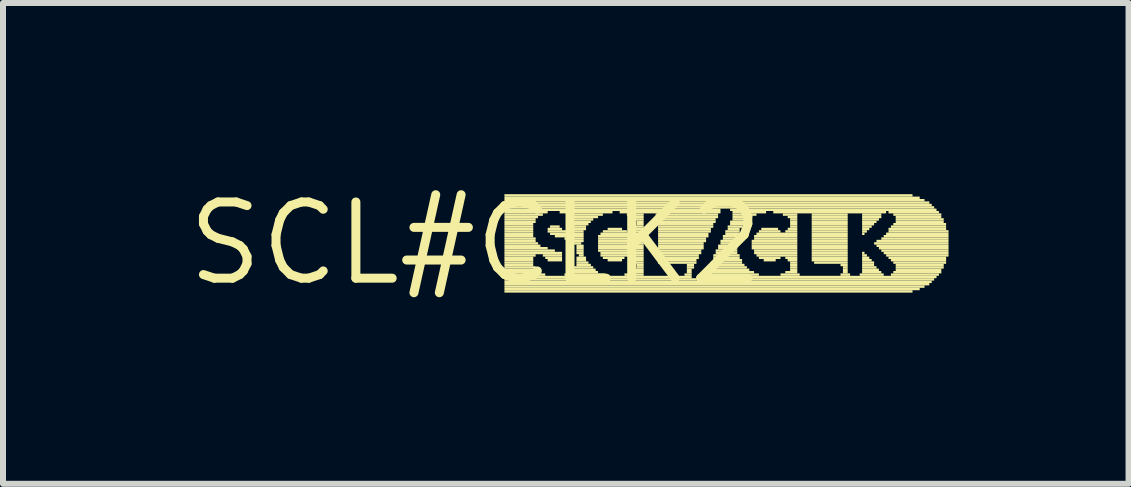
<source format=kicad_pcb>
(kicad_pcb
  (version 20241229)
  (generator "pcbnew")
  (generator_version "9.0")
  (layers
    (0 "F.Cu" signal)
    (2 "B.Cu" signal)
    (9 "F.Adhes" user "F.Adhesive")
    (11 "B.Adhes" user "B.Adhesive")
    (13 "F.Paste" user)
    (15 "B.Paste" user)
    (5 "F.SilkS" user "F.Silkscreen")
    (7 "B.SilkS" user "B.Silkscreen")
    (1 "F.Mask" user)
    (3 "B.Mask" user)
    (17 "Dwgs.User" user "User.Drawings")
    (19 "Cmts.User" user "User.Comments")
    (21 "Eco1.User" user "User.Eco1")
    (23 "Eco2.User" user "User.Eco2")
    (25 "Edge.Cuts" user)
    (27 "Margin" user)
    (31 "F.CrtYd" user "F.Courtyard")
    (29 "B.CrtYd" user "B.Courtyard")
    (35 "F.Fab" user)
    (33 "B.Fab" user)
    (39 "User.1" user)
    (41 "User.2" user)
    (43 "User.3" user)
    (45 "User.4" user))
  (footprint "SCL#CLK2"
    (layer "F.Cu")
    (at 4.876 1.006)
    (property "Reference" "SCL#CLK2" (at 0 0 0) (layer "F.SilkS") (effects (font (size 1.27 1.27) (thickness 0.15))))
    (fp_poly (pts (xy 0.48 -0.78) (xy 7.28 -0.78) (xy 7.28 -0.82) (xy 0.48 -0.82)) (stroke (width 0) (type default)) (fill yes) (layer "F.SilkS"))
    (fp_poly (pts (xy 0.48 -0.74) (xy 7.4 -0.74) (xy 7.4 -0.78) (xy 0.48 -0.78)) (stroke (width 0) (type default)) (fill yes) (layer "F.SilkS"))
    (fp_poly (pts (xy 0.48 -0.7) (xy 7.48 -0.7) (xy 7.48 -0.74) (xy 0.48 -0.74)) (stroke (width 0) (type default)) (fill yes) (layer "F.SilkS"))
    (fp_poly (pts (xy 0.48 -0.66) (xy 7.56 -0.66) (xy 7.56 -0.7) (xy 0.48 -0.7)) (stroke (width 0) (type default)) (fill yes) (layer "F.SilkS"))
    (fp_poly (pts (xy 0.48 -0.62) (xy 7.6 -0.62) (xy 7.6 -0.66) (xy 0.48 -0.66)) (stroke (width 0) (type default)) (fill yes) (layer "F.SilkS"))
    (fp_poly (pts (xy 0.48 -0.58) (xy 7.64 -0.58) (xy 7.64 -0.62) (xy 0.48 -0.62)) (stroke (width 0) (type default)) (fill yes) (layer "F.SilkS"))
    (fp_poly (pts (xy 0.48 -0.54) (xy 4.08 -0.54) (xy 4.08 -0.58) (xy 0.48 -0.58)) (stroke (width 0) (type default)) (fill yes) (layer "F.SilkS"))
    (fp_poly (pts (xy 0.48 -0.5) (xy 1.2 -0.5) (xy 1.2 -0.54) (xy 0.48 -0.54)) (stroke (width 0) (type default)) (fill yes) (layer "F.SilkS"))
    (fp_poly (pts (xy 0.48 -0.46) (xy 1.12 -0.46) (xy 1.12 -0.5) (xy 0.48 -0.5)) (stroke (width 0) (type default)) (fill yes) (layer "F.SilkS"))
    (fp_poly (pts (xy 0.48 -0.42) (xy 1.04 -0.42) (xy 1.04 -0.46) (xy 0.48 -0.46)) (stroke (width 0) (type default)) (fill yes) (layer "F.SilkS"))
    (fp_poly (pts (xy 0.48 -0.38) (xy 1 -0.38) (xy 1 -0.42) (xy 0.48 -0.42)) (stroke (width 0) (type default)) (fill yes) (layer "F.SilkS"))
    (fp_poly (pts (xy 0.48 -0.34) (xy 1 -0.34) (xy 1 -0.38) (xy 0.48 -0.38)) (stroke (width 0) (type default)) (fill yes) (layer "F.SilkS"))
    (fp_poly (pts (xy 0.48 -0.3) (xy 0.96 -0.3) (xy 0.96 -0.34) (xy 0.48 -0.34)) (stroke (width 0) (type default)) (fill yes) (layer "F.SilkS"))
    (fp_poly (pts (xy 0.48 -0.26) (xy 0.96 -0.26) (xy 0.96 -0.3) (xy 0.48 -0.3)) (stroke (width 0) (type default)) (fill yes) (layer "F.SilkS"))
    (fp_poly (pts (xy 0.48 -0.22) (xy 0.96 -0.22) (xy 0.96 -0.26) (xy 0.48 -0.26)) (stroke (width 0) (type default)) (fill yes) (layer "F.SilkS"))
    (fp_poly (pts (xy 0.48 -0.18) (xy 0.96 -0.18) (xy 0.96 -0.22) (xy 0.48 -0.22)) (stroke (width 0) (type default)) (fill yes) (layer "F.SilkS"))
    (fp_poly (pts (xy 0.48 -0.14) (xy 0.96 -0.14) (xy 0.96 -0.18) (xy 0.48 -0.18)) (stroke (width 0) (type default)) (fill yes) (layer "F.SilkS"))
    (fp_poly (pts (xy 0.48 -0.1) (xy 0.96 -0.1) (xy 0.96 -0.14) (xy 0.48 -0.14)) (stroke (width 0) (type default)) (fill yes) (layer "F.SilkS"))
    (fp_poly (pts (xy 0.48 -0.06) (xy 1 -0.06) (xy 1 -0.1) (xy 0.48 -0.1)) (stroke (width 0) (type default)) (fill yes) (layer "F.SilkS"))
    (fp_poly (pts (xy 0.48 -0.02) (xy 1 -0.02) (xy 1 -0.06) (xy 0.48 -0.06)) (stroke (width 0) (type default)) (fill yes) (layer "F.SilkS"))
    (fp_poly (pts (xy 0.48 0.02) (xy 1.04 0.02) (xy 1.04 -0.02) (xy 0.48 -0.02)) (stroke (width 0) (type default)) (fill yes) (layer "F.SilkS"))
    (fp_poly (pts (xy 0.48 0.06) (xy 1.08 0.06) (xy 1.08 0.02) (xy 0.48 0.02)) (stroke (width 0) (type default)) (fill yes) (layer "F.SilkS"))
    (fp_poly (pts (xy 0.48 0.1) (xy 1.2 0.1) (xy 1.2 0.06) (xy 0.48 0.06)) (stroke (width 0) (type default)) (fill yes) (layer "F.SilkS"))
    (fp_poly (pts (xy 0.48 0.14) (xy 1.32 0.14) (xy 1.32 0.1) (xy 0.48 0.1)) (stroke (width 0) (type default)) (fill yes) (layer "F.SilkS"))
    (fp_poly (pts (xy 0.48 0.18) (xy 1.44 0.18) (xy 1.44 0.14) (xy 0.48 0.14)) (stroke (width 0) (type default)) (fill yes) (layer "F.SilkS"))
    (fp_poly (pts (xy 0.48 0.22) (xy 1 0.22) (xy 1 0.18) (xy 0.48 0.18)) (stroke (width 0) (type default)) (fill yes) (layer "F.SilkS"))
    (fp_poly (pts (xy 0.48 0.26) (xy 0.96 0.26) (xy 0.96 0.22) (xy 0.48 0.22)) (stroke (width 0) (type default)) (fill yes) (layer "F.SilkS"))
    (fp_poly (pts (xy 0.48 0.3) (xy 0.96 0.3) (xy 0.96 0.26) (xy 0.48 0.26)) (stroke (width 0) (type default)) (fill yes) (layer "F.SilkS"))
    (fp_poly (pts (xy 0.48 0.34) (xy 0.96 0.34) (xy 0.96 0.3) (xy 0.48 0.3)) (stroke (width 0) (type default)) (fill yes) (layer "F.SilkS"))
    (fp_poly (pts (xy 0.48 0.38) (xy 0.96 0.38) (xy 0.96 0.34) (xy 0.48 0.34)) (stroke (width 0) (type default)) (fill yes) (layer "F.SilkS"))
    (fp_poly (pts (xy 0.48 0.42) (xy 1 0.42) (xy 1 0.38) (xy 0.48 0.38)) (stroke (width 0) (type default)) (fill yes) (layer "F.SilkS"))
    (fp_poly (pts (xy 0.48 0.46) (xy 1 0.46) (xy 1 0.42) (xy 0.48 0.42)) (stroke (width 0) (type default)) (fill yes) (layer "F.SilkS"))
    (fp_poly (pts (xy 0.48 0.5) (xy 1.08 0.5) (xy 1.08 0.46) (xy 0.48 0.46)) (stroke (width 0) (type default)) (fill yes) (layer "F.SilkS"))
    (fp_poly (pts (xy 0.48 0.54) (xy 1.16 0.54) (xy 1.16 0.5) (xy 0.48 0.5)) (stroke (width 0) (type default)) (fill yes) (layer "F.SilkS"))
    (fp_poly (pts (xy 0.48 0.58) (xy 3.6 0.58) (xy 3.6 0.54) (xy 0.48 0.54)) (stroke (width 0) (type default)) (fill yes) (layer "F.SilkS"))
    (fp_poly (pts (xy 0.48 0.62) (xy 3.68 0.62) (xy 3.68 0.58) (xy 0.48 0.58)) (stroke (width 0) (type default)) (fill yes) (layer "F.SilkS"))
    (fp_poly (pts (xy 0.48 0.66) (xy 7.6 0.66) (xy 7.6 0.62) (xy 0.48 0.62)) (stroke (width 0) (type default)) (fill yes) (layer "F.SilkS"))
    (fp_poly (pts (xy 0.48 0.7) (xy 7.56 0.7) (xy 7.56 0.66) (xy 0.48 0.66)) (stroke (width 0) (type default)) (fill yes) (layer "F.SilkS"))
    (fp_poly (pts (xy 0.48 0.74) (xy 7.48 0.74) (xy 7.48 0.7) (xy 0.48 0.7)) (stroke (width 0) (type default)) (fill yes) (layer "F.SilkS"))
    (fp_poly (pts (xy 0.48 0.78) (xy 7.4 0.78) (xy 7.4 0.74) (xy 0.48 0.74)) (stroke (width 0) (type default)) (fill yes) (layer "F.SilkS"))
    (fp_poly (pts (xy 0.48 0.82) (xy 7.28 0.82) (xy 7.28 0.78) (xy 0.48 0.78)) (stroke (width 0) (type default)) (fill yes) (layer "F.SilkS"))
    (fp_poly (pts (xy 1.12 0.22) (xy 1.44 0.22) (xy 1.44 0.18) (xy 1.12 0.18)) (stroke (width 0) (type default)) (fill yes) (layer "F.SilkS"))
    (fp_poly (pts (xy 1.16 0.26) (xy 1.44 0.26) (xy 1.44 0.22) (xy 1.16 0.22)) (stroke (width 0) (type default)) (fill yes) (layer "F.SilkS"))
    (fp_poly (pts (xy 1.2 -0.22) (xy 1.44 -0.22) (xy 1.44 -0.26) (xy 1.2 -0.26)) (stroke (width 0) (type default)) (fill yes) (layer "F.SilkS"))
    (fp_poly (pts (xy 1.2 -0.18) (xy 1.8 -0.18) (xy 1.8 -0.22) (xy 1.2 -0.22)) (stroke (width 0) (type default)) (fill yes) (layer "F.SilkS"))
    (fp_poly (pts (xy 1.2 0.3) (xy 1.44 0.3) (xy 1.44 0.26) (xy 1.2 0.26)) (stroke (width 0) (type default)) (fill yes) (layer "F.SilkS"))
    (fp_poly (pts (xy 1.24 -0.26) (xy 1.4 -0.26) (xy 1.4 -0.3) (xy 1.24 -0.3)) (stroke (width 0) (type default)) (fill yes) (layer "F.SilkS"))
    (fp_poly (pts (xy 1.24 -0.14) (xy 1.8 -0.14) (xy 1.8 -0.18) (xy 1.24 -0.18)) (stroke (width 0) (type default)) (fill yes) (layer "F.SilkS"))
    (fp_poly (pts (xy 1.32 -0.1) (xy 1.8 -0.1) (xy 1.8 -0.14) (xy 1.32 -0.14)) (stroke (width 0) (type default)) (fill yes) (layer "F.SilkS"))
    (fp_poly (pts (xy 1.4 -0.5) (xy 2.28 -0.5) (xy 2.28 -0.54) (xy 1.4 -0.54)) (stroke (width 0) (type default)) (fill yes) (layer "F.SilkS"))
    (fp_poly (pts (xy 1.48 -0.06) (xy 1.8 -0.06) (xy 1.8 -0.1) (xy 1.48 -0.1)) (stroke (width 0) (type default)) (fill yes) (layer "F.SilkS"))
    (fp_poly (pts (xy 1.48 0.54) (xy 2.16 0.54) (xy 2.16 0.5) (xy 1.48 0.5)) (stroke (width 0) (type default)) (fill yes) (layer "F.SilkS"))
    (fp_poly (pts (xy 1.52 -0.46) (xy 2.12 -0.46) (xy 2.12 -0.5) (xy 1.52 -0.5)) (stroke (width 0) (type default)) (fill yes) (layer "F.SilkS"))
    (fp_poly (pts (xy 1.56 -0.22) (xy 1.84 -0.22) (xy 1.84 -0.26) (xy 1.56 -0.26)) (stroke (width 0) (type default)) (fill yes) (layer "F.SilkS"))
    (fp_poly (pts (xy 1.56 0.5) (xy 2.04 0.5) (xy 2.04 0.46) (xy 1.56 0.46)) (stroke (width 0) (type default)) (fill yes) (layer "F.SilkS"))
    (fp_poly (pts (xy 1.6 -0.42) (xy 2.04 -0.42) (xy 2.04 -0.46) (xy 1.6 -0.46)) (stroke (width 0) (type default)) (fill yes) (layer "F.SilkS"))
    (fp_poly (pts (xy 1.6 -0.26) (xy 1.84 -0.26) (xy 1.84 -0.3) (xy 1.6 -0.3)) (stroke (width 0) (type default)) (fill yes) (layer "F.SilkS"))
    (fp_poly (pts (xy 1.6 -0.02) (xy 1.8 -0.02) (xy 1.8 -0.06) (xy 1.6 -0.06)) (stroke (width 0) (type default)) (fill yes) (layer "F.SilkS"))
    (fp_poly (pts (xy 1.6 0.46) (xy 2 0.46) (xy 2 0.42) (xy 1.6 0.42)) (stroke (width 0) (type default)) (fill yes) (layer "F.SilkS"))
    (fp_poly (pts (xy 1.64 -0.38) (xy 1.96 -0.38) (xy 1.96 -0.42) (xy 1.64 -0.42)) (stroke (width 0) (type default)) (fill yes) (layer "F.SilkS"))
    (fp_poly (pts (xy 1.64 -0.34) (xy 1.92 -0.34) (xy 1.92 -0.38) (xy 1.64 -0.38)) (stroke (width 0) (type default)) (fill yes) (layer "F.SilkS"))
    (fp_poly (pts (xy 1.64 -0.3) (xy 1.88 -0.3) (xy 1.88 -0.34) (xy 1.64 -0.34)) (stroke (width 0) (type default)) (fill yes) (layer "F.SilkS"))
    (fp_poly (pts (xy 1.64 0.02) (xy 1.76 0.02) (xy 1.76 -0.02) (xy 1.64 -0.02)) (stroke (width 0) (type default)) (fill yes) (layer "F.SilkS"))
    (fp_poly (pts (xy 1.64 0.42) (xy 1.96 0.42) (xy 1.96 0.38) (xy 1.64 0.38)) (stroke (width 0) (type default)) (fill yes) (layer "F.SilkS"))
    (fp_poly (pts (xy 1.68 0.06) (xy 1.8 0.06) (xy 1.8 0.02) (xy 1.68 0.02)) (stroke (width 0) (type default)) (fill yes) (layer "F.SilkS"))
    (fp_poly (pts (xy 1.68 0.1) (xy 1.8 0.1) (xy 1.8 0.06) (xy 1.68 0.06)) (stroke (width 0) (type default)) (fill yes) (layer "F.SilkS"))
    (fp_poly (pts (xy 1.68 0.14) (xy 1.8 0.14) (xy 1.8 0.1) (xy 1.68 0.1)) (stroke (width 0) (type default)) (fill yes) (layer "F.SilkS"))
    (fp_poly (pts (xy 1.68 0.18) (xy 1.8 0.18) (xy 1.8 0.14) (xy 1.68 0.14)) (stroke (width 0) (type default)) (fill yes) (layer "F.SilkS"))
    (fp_poly (pts (xy 1.68 0.26) (xy 1.84 0.26) (xy 1.84 0.22) (xy 1.68 0.22)) (stroke (width 0) (type default)) (fill yes) (layer "F.SilkS"))
    (fp_poly (pts (xy 1.68 0.3) (xy 1.84 0.3) (xy 1.84 0.26) (xy 1.68 0.26)) (stroke (width 0) (type default)) (fill yes) (layer "F.SilkS"))
    (fp_poly (pts (xy 1.68 0.34) (xy 1.88 0.34) (xy 1.88 0.3) (xy 1.68 0.3)) (stroke (width 0) (type default)) (fill yes) (layer "F.SilkS"))
    (fp_poly (pts (xy 1.68 0.38) (xy 1.92 0.38) (xy 1.92 0.34) (xy 1.68 0.34)) (stroke (width 0) (type default)) (fill yes) (layer "F.SilkS"))
    (fp_poly (pts (xy 1.72 0.22) (xy 1.8 0.22) (xy 1.8 0.18) (xy 1.72 0.18)) (stroke (width 0) (type default)) (fill yes) (layer "F.SilkS"))
    (fp_poly (pts (xy 2.04 -0.1) (xy 2.8 -0.1) (xy 2.8 -0.14) (xy 2.04 -0.14)) (stroke (width 0) (type default)) (fill yes) (layer "F.SilkS"))
    (fp_poly (pts (xy 2.04 -0.06) (xy 2.8 -0.06) (xy 2.8 -0.1) (xy 2.04 -0.1)) (stroke (width 0) (type default)) (fill yes) (layer "F.SilkS"))
    (fp_poly (pts (xy 2.04 -0.02) (xy 2.8 -0.02) (xy 2.8 -0.06) (xy 2.04 -0.06)) (stroke (width 0) (type default)) (fill yes) (layer "F.SilkS"))
    (fp_poly (pts (xy 2.04 0.02) (xy 2.8 0.02) (xy 2.8 -0.02) (xy 2.04 -0.02)) (stroke (width 0) (type default)) (fill yes) (layer "F.SilkS"))
    (fp_poly (pts (xy 2.04 0.06) (xy 2.8 0.06) (xy 2.8 0.02) (xy 2.04 0.02)) (stroke (width 0) (type default)) (fill yes) (layer "F.SilkS"))
    (fp_poly (pts (xy 2.04 0.1) (xy 2.8 0.1) (xy 2.8 0.06) (xy 2.04 0.06)) (stroke (width 0) (type default)) (fill yes) (layer "F.SilkS"))
    (fp_poly (pts (xy 2.04 0.14) (xy 2.8 0.14) (xy 2.8 0.1) (xy 2.04 0.1)) (stroke (width 0) (type default)) (fill yes) (layer "F.SilkS"))
    (fp_poly (pts (xy 2.08 -0.14) (xy 2.8 -0.14) (xy 2.8 -0.18) (xy 2.08 -0.18)) (stroke (width 0) (type default)) (fill yes) (layer "F.SilkS"))
    (fp_poly (pts (xy 2.08 0.18) (xy 2.8 0.18) (xy 2.8 0.14) (xy 2.08 0.14)) (stroke (width 0) (type default)) (fill yes) (layer "F.SilkS"))
    (fp_poly (pts (xy 2.08 0.22) (xy 2.8 0.22) (xy 2.8 0.18) (xy 2.08 0.18)) (stroke (width 0) (type default)) (fill yes) (layer "F.SilkS"))
    (fp_poly (pts (xy 2.12 -0.18) (xy 2.52 -0.18) (xy 2.52 -0.22) (xy 2.12 -0.22)) (stroke (width 0) (type default)) (fill yes) (layer "F.SilkS"))
    (fp_poly (pts (xy 2.12 0.26) (xy 2.48 0.26) (xy 2.48 0.22) (xy 2.12 0.22)) (stroke (width 0) (type default)) (fill yes) (layer "F.SilkS"))
    (fp_poly (pts (xy 2.2 -0.22) (xy 2.44 -0.22) (xy 2.44 -0.26) (xy 2.2 -0.26)) (stroke (width 0) (type default)) (fill yes) (layer "F.SilkS"))
    (fp_poly (pts (xy 2.2 0.3) (xy 2.44 0.3) (xy 2.44 0.26) (xy 2.2 0.26)) (stroke (width 0) (type default)) (fill yes) (layer "F.SilkS"))
    (fp_poly (pts (xy 2.4 -0.5) (xy 4.08 -0.5) (xy 4.08 -0.54) (xy 2.4 -0.54)) (stroke (width 0) (type default)) (fill yes) (layer "F.SilkS"))
    (fp_poly (pts (xy 2.48 0.54) (xy 2.8 0.54) (xy 2.8 0.5) (xy 2.48 0.5)) (stroke (width 0) (type default)) (fill yes) (layer "F.SilkS"))
    (fp_poly (pts (xy 2.52 -0.46) (xy 2.8 -0.46) (xy 2.8 -0.5) (xy 2.52 -0.5)) (stroke (width 0) (type default)) (fill yes) (layer "F.SilkS"))
    (fp_poly (pts (xy 2.56 -0.18) (xy 2.8 -0.18) (xy 2.8 -0.22) (xy 2.56 -0.22)) (stroke (width 0) (type default)) (fill yes) (layer "F.SilkS"))
    (fp_poly (pts (xy 2.6 -0.42) (xy 2.8 -0.42) (xy 2.8 -0.46) (xy 2.6 -0.46)) (stroke (width 0) (type default)) (fill yes) (layer "F.SilkS"))
    (fp_poly (pts (xy 2.6 0.26) (xy 2.8 0.26) (xy 2.8 0.22) (xy 2.6 0.22)) (stroke (width 0) (type default)) (fill yes) (layer "F.SilkS"))
    (fp_poly (pts (xy 2.6 0.5) (xy 2.8 0.5) (xy 2.8 0.46) (xy 2.6 0.46)) (stroke (width 0) (type default)) (fill yes) (layer "F.SilkS"))
    (fp_poly (pts (xy 2.64 -0.38) (xy 2.8 -0.38) (xy 2.8 -0.42) (xy 2.64 -0.42)) (stroke (width 0) (type default)) (fill yes) (layer "F.SilkS"))
    (fp_poly (pts (xy 2.64 -0.26) (xy 2.8 -0.26) (xy 2.8 -0.3) (xy 2.64 -0.3)) (stroke (width 0) (type default)) (fill yes) (layer "F.SilkS"))
    (fp_poly (pts (xy 2.64 -0.22) (xy 2.8 -0.22) (xy 2.8 -0.26) (xy 2.64 -0.26)) (stroke (width 0) (type default)) (fill yes) (layer "F.SilkS"))
    (fp_poly (pts (xy 2.64 0.3) (xy 2.8 0.3) (xy 2.8 0.26) (xy 2.64 0.26)) (stroke (width 0) (type default)) (fill yes) (layer "F.SilkS"))
    (fp_poly (pts (xy 2.64 0.34) (xy 2.8 0.34) (xy 2.8 0.3) (xy 2.64 0.3)) (stroke (width 0) (type default)) (fill yes) (layer "F.SilkS"))
    (fp_poly (pts (xy 2.64 0.46) (xy 2.8 0.46) (xy 2.8 0.42) (xy 2.64 0.42)) (stroke (width 0) (type default)) (fill yes) (layer "F.SilkS"))
    (fp_poly (pts (xy 2.68 -0.34) (xy 2.8 -0.34) (xy 2.8 -0.38) (xy 2.68 -0.38)) (stroke (width 0) (type default)) (fill yes) (layer "F.SilkS"))
    (fp_poly (pts (xy 2.68 -0.3) (xy 2.8 -0.3) (xy 2.8 -0.34) (xy 2.68 -0.34)) (stroke (width 0) (type default)) (fill yes) (layer "F.SilkS"))
    (fp_poly (pts (xy 2.68 0.38) (xy 2.8 0.38) (xy 2.8 0.34) (xy 2.68 0.34)) (stroke (width 0) (type default)) (fill yes) (layer "F.SilkS"))
    (fp_poly (pts (xy 2.68 0.42) (xy 2.8 0.42) (xy 2.8 0.38) (xy 2.68 0.38)) (stroke (width 0) (type default)) (fill yes) (layer "F.SilkS"))
    (fp_poly (pts (xy 3 -0.46) (xy 4.04 -0.46) (xy 4.04 -0.5) (xy 3 -0.5)) (stroke (width 0) (type default)) (fill yes) (layer "F.SilkS"))
    (fp_poly (pts (xy 3.04 -0.42) (xy 4.04 -0.42) (xy 4.04 -0.46) (xy 3.04 -0.46)) (stroke (width 0) (type default)) (fill yes) (layer "F.SilkS"))
    (fp_poly (pts (xy 3.04 -0.38) (xy 4 -0.38) (xy 4 -0.42) (xy 3.04 -0.42)) (stroke (width 0) (type default)) (fill yes) (layer "F.SilkS"))
    (fp_poly (pts (xy 3.04 -0.34) (xy 4 -0.34) (xy 4 -0.38) (xy 3.04 -0.38)) (stroke (width 0) (type default)) (fill yes) (layer "F.SilkS"))
    (fp_poly (pts (xy 3.04 -0.3) (xy 3.96 -0.3) (xy 3.96 -0.34) (xy 3.04 -0.34)) (stroke (width 0) (type default)) (fill yes) (layer "F.SilkS"))
    (fp_poly (pts (xy 3.04 -0.26) (xy 3.96 -0.26) (xy 3.96 -0.3) (xy 3.04 -0.3)) (stroke (width 0) (type default)) (fill yes) (layer "F.SilkS"))
    (fp_poly (pts (xy 3.04 -0.22) (xy 3.92 -0.22) (xy 3.92 -0.26) (xy 3.04 -0.26)) (stroke (width 0) (type default)) (fill yes) (layer "F.SilkS"))
    (fp_poly (pts (xy 3.04 -0.18) (xy 3.92 -0.18) (xy 3.92 -0.22) (xy 3.04 -0.22)) (stroke (width 0) (type default)) (fill yes) (layer "F.SilkS"))
    (fp_poly (pts (xy 3.04 -0.14) (xy 3.88 -0.14) (xy 3.88 -0.18) (xy 3.04 -0.18)) (stroke (width 0) (type default)) (fill yes) (layer "F.SilkS"))
    (fp_poly (pts (xy 3.04 -0.1) (xy 3.88 -0.1) (xy 3.88 -0.14) (xy 3.04 -0.14)) (stroke (width 0) (type default)) (fill yes) (layer "F.SilkS"))
    (fp_poly (pts (xy 3.04 -0.06) (xy 3.84 -0.06) (xy 3.84 -0.1) (xy 3.04 -0.1)) (stroke (width 0) (type default)) (fill yes) (layer "F.SilkS"))
    (fp_poly (pts (xy 3.04 -0.02) (xy 3.84 -0.02) (xy 3.84 -0.06) (xy 3.04 -0.06)) (stroke (width 0) (type default)) (fill yes) (layer "F.SilkS"))
    (fp_poly (pts (xy 3.04 0.02) (xy 3.8 0.02) (xy 3.8 -0.02) (xy 3.04 -0.02)) (stroke (width 0) (type default)) (fill yes) (layer "F.SilkS"))
    (fp_poly (pts (xy 3.04 0.06) (xy 3.8 0.06) (xy 3.8 0.02) (xy 3.04 0.02)) (stroke (width 0) (type default)) (fill yes) (layer "F.SilkS"))
    (fp_poly (pts (xy 3.04 0.1) (xy 3.8 0.1) (xy 3.8 0.06) (xy 3.04 0.06)) (stroke (width 0) (type default)) (fill yes) (layer "F.SilkS"))
    (fp_poly (pts (xy 3.04 0.14) (xy 3.76 0.14) (xy 3.76 0.1) (xy 3.04 0.1)) (stroke (width 0) (type default)) (fill yes) (layer "F.SilkS"))
    (fp_poly (pts (xy 3.04 0.18) (xy 3.76 0.18) (xy 3.76 0.14) (xy 3.04 0.14)) (stroke (width 0) (type default)) (fill yes) (layer "F.SilkS"))
    (fp_poly (pts (xy 3.04 0.22) (xy 3.72 0.22) (xy 3.72 0.18) (xy 3.04 0.18)) (stroke (width 0) (type default)) (fill yes) (layer "F.SilkS"))
    (fp_poly (pts (xy 3.04 0.26) (xy 3.72 0.26) (xy 3.72 0.22) (xy 3.04 0.22)) (stroke (width 0) (type default)) (fill yes) (layer "F.SilkS"))
    (fp_poly (pts (xy 3.04 0.3) (xy 3.68 0.3) (xy 3.68 0.26) (xy 3.04 0.26)) (stroke (width 0) (type default)) (fill yes) (layer "F.SilkS"))
    (fp_poly (pts (xy 3.04 0.34) (xy 3.68 0.34) (xy 3.68 0.3) (xy 3.04 0.3)) (stroke (width 0) (type default)) (fill yes) (layer "F.SilkS"))
    (fp_poly (pts (xy 3.48 0.54) (xy 3.6 0.54) (xy 3.6 0.5) (xy 3.48 0.5)) (stroke (width 0) (type default)) (fill yes) (layer "F.SilkS"))
    (fp_poly (pts (xy 3.52 0.38) (xy 3.64 0.38) (xy 3.64 0.34) (xy 3.52 0.34)) (stroke (width 0) (type default)) (fill yes) (layer "F.SilkS"))
    (fp_poly (pts (xy 3.52 0.42) (xy 3.64 0.42) (xy 3.64 0.38) (xy 3.52 0.38)) (stroke (width 0) (type default)) (fill yes) (layer "F.SilkS"))
    (fp_poly (pts (xy 3.52 0.46) (xy 3.6 0.46) (xy 3.6 0.42) (xy 3.52 0.42)) (stroke (width 0) (type default)) (fill yes) (layer "F.SilkS"))
    (fp_poly (pts (xy 3.52 0.5) (xy 3.6 0.5) (xy 3.6 0.46) (xy 3.52 0.46)) (stroke (width 0) (type default)) (fill yes) (layer "F.SilkS"))
    (fp_poly (pts (xy 3.8 0.58) (xy 7.68 0.58) (xy 7.68 0.54) (xy 3.8 0.54)) (stroke (width 0) (type default)) (fill yes) (layer "F.SilkS"))
    (fp_poly (pts (xy 3.8 0.62) (xy 7.64 0.62) (xy 7.64 0.58) (xy 3.8 0.58)) (stroke (width 0) (type default)) (fill yes) (layer "F.SilkS"))
    (fp_poly (pts (xy 3.84 0.5) (xy 4.64 0.5) (xy 4.64 0.46) (xy 3.84 0.46)) (stroke (width 0) (type default)) (fill yes) (layer "F.SilkS"))
    (fp_poly (pts (xy 3.84 0.54) (xy 4.72 0.54) (xy 4.72 0.5) (xy 3.84 0.5)) (stroke (width 0) (type default)) (fill yes) (layer "F.SilkS"))
    (fp_poly (pts (xy 3.88 0.42) (xy 4.52 0.42) (xy 4.52 0.38) (xy 3.88 0.38)) (stroke (width 0) (type default)) (fill yes) (layer "F.SilkS"))
    (fp_poly (pts (xy 3.88 0.46) (xy 4.56 0.46) (xy 4.56 0.42) (xy 3.88 0.42)) (stroke (width 0) (type default)) (fill yes) (layer "F.SilkS"))
    (fp_poly (pts (xy 3.92 0.34) (xy 4.44 0.34) (xy 4.44 0.3) (xy 3.92 0.3)) (stroke (width 0) (type default)) (fill yes) (layer "F.SilkS"))
    (fp_poly (pts (xy 3.92 0.38) (xy 4.48 0.38) (xy 4.48 0.34) (xy 3.92 0.34)) (stroke (width 0) (type default)) (fill yes) (layer "F.SilkS"))
    (fp_poly (pts (xy 3.96 0.22) (xy 4.4 0.22) (xy 4.4 0.18) (xy 3.96 0.18)) (stroke (width 0) (type default)) (fill yes) (layer "F.SilkS"))
    (fp_poly (pts (xy 3.96 0.26) (xy 4.4 0.26) (xy 4.4 0.22) (xy 3.96 0.22)) (stroke (width 0) (type default)) (fill yes) (layer "F.SilkS"))
    (fp_poly (pts (xy 3.96 0.3) (xy 4.44 0.3) (xy 4.44 0.26) (xy 3.96 0.26)) (stroke (width 0) (type default)) (fill yes) (layer "F.SilkS"))
    (fp_poly (pts (xy 4 0.14) (xy 4.36 0.14) (xy 4.36 0.1) (xy 4 0.1)) (stroke (width 0) (type default)) (fill yes) (layer "F.SilkS"))
    (fp_poly (pts (xy 4 0.18) (xy 4.36 0.18) (xy 4.36 0.14) (xy 4 0.14)) (stroke (width 0) (type default)) (fill yes) (layer "F.SilkS"))
    (fp_poly (pts (xy 4.04 0.06) (xy 4.36 0.06) (xy 4.36 0.02) (xy 4.04 0.02)) (stroke (width 0) (type default)) (fill yes) (layer "F.SilkS"))
    (fp_poly (pts (xy 4.04 0.1) (xy 4.36 0.1) (xy 4.36 0.06) (xy 4.04 0.06)) (stroke (width 0) (type default)) (fill yes) (layer "F.SilkS"))
    (fp_poly (pts (xy 4.08 -0.02) (xy 4.36 -0.02) (xy 4.36 -0.06) (xy 4.08 -0.06)) (stroke (width 0) (type default)) (fill yes) (layer "F.SilkS"))
    (fp_poly (pts (xy 4.08 0.02) (xy 4.36 0.02) (xy 4.36 -0.02) (xy 4.08 -0.02)) (stroke (width 0) (type default)) (fill yes) (layer "F.SilkS"))
    (fp_poly (pts (xy 4.12 -0.1) (xy 4.36 -0.1) (xy 4.36 -0.14) (xy 4.12 -0.14)) (stroke (width 0) (type default)) (fill yes) (layer "F.SilkS"))
    (fp_poly (pts (xy 4.12 -0.06) (xy 4.36 -0.06) (xy 4.36 -0.1) (xy 4.12 -0.1)) (stroke (width 0) (type default)) (fill yes) (layer "F.SilkS"))
    (fp_poly (pts (xy 4.16 -0.18) (xy 4.4 -0.18) (xy 4.4 -0.22) (xy 4.16 -0.22)) (stroke (width 0) (type default)) (fill yes) (layer "F.SilkS"))
    (fp_poly (pts (xy 4.16 -0.14) (xy 4.4 -0.14) (xy 4.4 -0.18) (xy 4.16 -0.18)) (stroke (width 0) (type default)) (fill yes) (layer "F.SilkS"))
    (fp_poly (pts (xy 4.2 -0.26) (xy 4.44 -0.26) (xy 4.44 -0.3) (xy 4.2 -0.3)) (stroke (width 0) (type default)) (fill yes) (layer "F.SilkS"))
    (fp_poly (pts (xy 4.2 -0.22) (xy 4.4 -0.22) (xy 4.4 -0.26) (xy 4.2 -0.26)) (stroke (width 0) (type default)) (fill yes) (layer "F.SilkS"))
    (fp_poly (pts (xy 4.24 -0.54) (xy 7.68 -0.54) (xy 7.68 -0.58) (xy 4.24 -0.58)) (stroke (width 0) (type default)) (fill yes) (layer "F.SilkS"))
    (fp_poly (pts (xy 4.24 -0.34) (xy 4.52 -0.34) (xy 4.52 -0.38) (xy 4.24 -0.38)) (stroke (width 0) (type default)) (fill yes) (layer "F.SilkS"))
    (fp_poly (pts (xy 4.24 -0.3) (xy 4.48 -0.3) (xy 4.48 -0.34) (xy 4.24 -0.34)) (stroke (width 0) (type default)) (fill yes) (layer "F.SilkS"))
    (fp_poly (pts (xy 4.28 -0.5) (xy 4.84 -0.5) (xy 4.84 -0.54) (xy 4.28 -0.54)) (stroke (width 0) (type default)) (fill yes) (layer "F.SilkS"))
    (fp_poly (pts (xy 4.28 -0.46) (xy 4.68 -0.46) (xy 4.68 -0.5) (xy 4.28 -0.5)) (stroke (width 0) (type default)) (fill yes) (layer "F.SilkS"))
    (fp_poly (pts (xy 4.28 -0.42) (xy 4.6 -0.42) (xy 4.6 -0.46) (xy 4.28 -0.46)) (stroke (width 0) (type default)) (fill yes) (layer "F.SilkS"))
    (fp_poly (pts (xy 4.28 -0.38) (xy 4.56 -0.38) (xy 4.56 -0.42) (xy 4.28 -0.42)) (stroke (width 0) (type default)) (fill yes) (layer "F.SilkS"))
    (fp_poly (pts (xy 4.6 -0.02) (xy 5.36 -0.02) (xy 5.36 -0.06) (xy 4.6 -0.06)) (stroke (width 0) (type default)) (fill yes) (layer "F.SilkS"))
    (fp_poly (pts (xy 4.6 0.02) (xy 5.36 0.02) (xy 5.36 -0.02) (xy 4.6 -0.02)) (stroke (width 0) (type default)) (fill yes) (layer "F.SilkS"))
    (fp_poly (pts (xy 4.6 0.06) (xy 5.36 0.06) (xy 5.36 0.02) (xy 4.6 0.02)) (stroke (width 0) (type default)) (fill yes) (layer "F.SilkS"))
    (fp_poly (pts (xy 4.6 0.1) (xy 5.36 0.1) (xy 5.36 0.06) (xy 4.6 0.06)) (stroke (width 0) (type default)) (fill yes) (layer "F.SilkS"))
    (fp_poly (pts (xy 4.64 -0.1) (xy 5.36 -0.1) (xy 5.36 -0.14) (xy 4.64 -0.14)) (stroke (width 0) (type default)) (fill yes) (layer "F.SilkS"))
    (fp_poly (pts (xy 4.64 -0.06) (xy 5.36 -0.06) (xy 5.36 -0.1) (xy 4.64 -0.1)) (stroke (width 0) (type default)) (fill yes) (layer "F.SilkS"))
    (fp_poly (pts (xy 4.64 0.14) (xy 5.36 0.14) (xy 5.36 0.1) (xy 4.64 0.1)) (stroke (width 0) (type default)) (fill yes) (layer "F.SilkS"))
    (fp_poly (pts (xy 4.64 0.18) (xy 5.36 0.18) (xy 5.36 0.14) (xy 4.64 0.14)) (stroke (width 0) (type default)) (fill yes) (layer "F.SilkS"))
    (fp_poly (pts (xy 4.68 -0.14) (xy 5.36 -0.14) (xy 5.36 -0.18) (xy 4.68 -0.18)) (stroke (width 0) (type default)) (fill yes) (layer "F.SilkS"))
    (fp_poly (pts (xy 4.68 0.22) (xy 5.36 0.22) (xy 5.36 0.18) (xy 4.68 0.18)) (stroke (width 0) (type default)) (fill yes) (layer "F.SilkS"))
    (fp_poly (pts (xy 4.72 -0.18) (xy 5.08 -0.18) (xy 5.08 -0.22) (xy 4.72 -0.22)) (stroke (width 0) (type default)) (fill yes) (layer "F.SilkS"))
    (fp_poly (pts (xy 4.72 0.26) (xy 5.08 0.26) (xy 5.08 0.22) (xy 4.72 0.22)) (stroke (width 0) (type default)) (fill yes) (layer "F.SilkS"))
    (fp_poly (pts (xy 4.76 -0.22) (xy 5.04 -0.22) (xy 5.04 -0.26) (xy 4.76 -0.26)) (stroke (width 0) (type default)) (fill yes) (layer "F.SilkS"))
    (fp_poly (pts (xy 4.8 0.3) (xy 5 0.3) (xy 5 0.26) (xy 4.8 0.26)) (stroke (width 0) (type default)) (fill yes) (layer "F.SilkS"))
    (fp_poly (pts (xy 4.96 -0.5) (xy 6.84 -0.5) (xy 6.84 -0.54) (xy 4.96 -0.54)) (stroke (width 0) (type default)) (fill yes) (layer "F.SilkS"))
    (fp_poly (pts (xy 5.08 0.54) (xy 5.4 0.54) (xy 5.4 0.5) (xy 5.08 0.5)) (stroke (width 0) (type default)) (fill yes) (layer "F.SilkS"))
    (fp_poly (pts (xy 5.12 -0.46) (xy 5.36 -0.46) (xy 5.36 -0.5) (xy 5.12 -0.5)) (stroke (width 0) (type default)) (fill yes) (layer "F.SilkS"))
    (fp_poly (pts (xy 5.16 -0.18) (xy 5.36 -0.18) (xy 5.36 -0.22) (xy 5.16 -0.22)) (stroke (width 0) (type default)) (fill yes) (layer "F.SilkS"))
    (fp_poly (pts (xy 5.16 0.26) (xy 5.36 0.26) (xy 5.36 0.22) (xy 5.16 0.22)) (stroke (width 0) (type default)) (fill yes) (layer "F.SilkS"))
    (fp_poly (pts (xy 5.16 0.5) (xy 5.36 0.5) (xy 5.36 0.46) (xy 5.16 0.46)) (stroke (width 0) (type default)) (fill yes) (layer "F.SilkS"))
    (fp_poly (pts (xy 5.2 -0.42) (xy 5.36 -0.42) (xy 5.36 -0.46) (xy 5.2 -0.46)) (stroke (width 0) (type default)) (fill yes) (layer "F.SilkS"))
    (fp_poly (pts (xy 5.2 -0.22) (xy 5.36 -0.22) (xy 5.36 -0.26) (xy 5.2 -0.26)) (stroke (width 0) (type default)) (fill yes) (layer "F.SilkS"))
    (fp_poly (pts (xy 5.2 0.3) (xy 5.36 0.3) (xy 5.36 0.26) (xy 5.2 0.26)) (stroke (width 0) (type default)) (fill yes) (layer "F.SilkS"))
    (fp_poly (pts (xy 5.24 -0.38) (xy 5.36 -0.38) (xy 5.36 -0.42) (xy 5.24 -0.42)) (stroke (width 0) (type default)) (fill yes) (layer "F.SilkS"))
    (fp_poly (pts (xy 5.24 -0.34) (xy 5.36 -0.34) (xy 5.36 -0.38) (xy 5.24 -0.38)) (stroke (width 0) (type default)) (fill yes) (layer "F.SilkS"))
    (fp_poly (pts (xy 5.24 -0.3) (xy 5.36 -0.3) (xy 5.36 -0.34) (xy 5.24 -0.34)) (stroke (width 0) (type default)) (fill yes) (layer "F.SilkS"))
    (fp_poly (pts (xy 5.24 -0.26) (xy 5.36 -0.26) (xy 5.36 -0.3) (xy 5.24 -0.3)) (stroke (width 0) (type default)) (fill yes) (layer "F.SilkS"))
    (fp_poly (pts (xy 5.24 0.34) (xy 5.36 0.34) (xy 5.36 0.3) (xy 5.24 0.3)) (stroke (width 0) (type default)) (fill yes) (layer "F.SilkS"))
    (fp_poly (pts (xy 5.24 0.38) (xy 5.36 0.38) (xy 5.36 0.34) (xy 5.24 0.34)) (stroke (width 0) (type default)) (fill yes) (layer "F.SilkS"))
    (fp_poly (pts (xy 5.24 0.42) (xy 5.36 0.42) (xy 5.36 0.38) (xy 5.24 0.38)) (stroke (width 0) (type default)) (fill yes) (layer "F.SilkS"))
    (fp_poly (pts (xy 5.24 0.46) (xy 5.36 0.46) (xy 5.36 0.42) (xy 5.24 0.42)) (stroke (width 0) (type default)) (fill yes) (layer "F.SilkS"))
    (fp_poly (pts (xy 5.6 -0.46) (xy 6.2 -0.46) (xy 6.2 -0.5) (xy 5.6 -0.5)) (stroke (width 0) (type default)) (fill yes) (layer "F.SilkS"))
    (fp_poly (pts (xy 5.6 -0.42) (xy 6.2 -0.42) (xy 6.2 -0.46) (xy 5.6 -0.46)) (stroke (width 0) (type default)) (fill yes) (layer "F.SilkS"))
    (fp_poly (pts (xy 5.6 -0.38) (xy 6.2 -0.38) (xy 6.2 -0.42) (xy 5.6 -0.42)) (stroke (width 0) (type default)) (fill yes) (layer "F.SilkS"))
    (fp_poly (pts (xy 5.6 -0.34) (xy 6.2 -0.34) (xy 6.2 -0.38) (xy 5.6 -0.38)) (stroke (width 0) (type default)) (fill yes) (layer "F.SilkS"))
    (fp_poly (pts (xy 5.6 -0.3) (xy 6.2 -0.3) (xy 6.2 -0.34) (xy 5.6 -0.34)) (stroke (width 0) (type default)) (fill yes) (layer "F.SilkS"))
    (fp_poly (pts (xy 5.6 -0.26) (xy 6.2 -0.26) (xy 6.2 -0.3) (xy 5.6 -0.3)) (stroke (width 0) (type default)) (fill yes) (layer "F.SilkS"))
    (fp_poly (pts (xy 5.6 -0.22) (xy 6.2 -0.22) (xy 6.2 -0.26) (xy 5.6 -0.26)) (stroke (width 0) (type default)) (fill yes) (layer "F.SilkS"))
    (fp_poly (pts (xy 5.6 -0.18) (xy 6.2 -0.18) (xy 6.2 -0.22) (xy 5.6 -0.22)) (stroke (width 0) (type default)) (fill yes) (layer "F.SilkS"))
    (fp_poly (pts (xy 5.6 -0.14) (xy 6.2 -0.14) (xy 6.2 -0.18) (xy 5.6 -0.18)) (stroke (width 0) (type default)) (fill yes) (layer "F.SilkS"))
    (fp_poly (pts (xy 5.6 -0.1) (xy 6.2 -0.1) (xy 6.2 -0.14) (xy 5.6 -0.14)) (stroke (width 0) (type default)) (fill yes) (layer "F.SilkS"))
    (fp_poly (pts (xy 5.6 -0.06) (xy 6.2 -0.06) (xy 6.2 -0.1) (xy 5.6 -0.1)) (stroke (width 0) (type default)) (fill yes) (layer "F.SilkS"))
    (fp_poly (pts (xy 5.6 -0.02) (xy 6.2 -0.02) (xy 6.2 -0.06) (xy 5.6 -0.06)) (stroke (width 0) (type default)) (fill yes) (layer "F.SilkS"))
    (fp_poly (pts (xy 5.6 0.02) (xy 6.2 0.02) (xy 6.2 -0.02) (xy 5.6 -0.02)) (stroke (width 0) (type default)) (fill yes) (layer "F.SilkS"))
    (fp_poly (pts (xy 5.6 0.06) (xy 6.2 0.06) (xy 6.2 0.02) (xy 5.6 0.02)) (stroke (width 0) (type default)) (fill yes) (layer "F.SilkS"))
    (fp_poly (pts (xy 5.6 0.1) (xy 6.2 0.1) (xy 6.2 0.06) (xy 5.6 0.06)) (stroke (width 0) (type default)) (fill yes) (layer "F.SilkS"))
    (fp_poly (pts (xy 5.6 0.14) (xy 6.2 0.14) (xy 6.2 0.1) (xy 5.6 0.1)) (stroke (width 0) (type default)) (fill yes) (layer "F.SilkS"))
    (fp_poly (pts (xy 5.6 0.18) (xy 6.2 0.18) (xy 6.2 0.14) (xy 5.6 0.14)) (stroke (width 0) (type default)) (fill yes) (layer "F.SilkS"))
    (fp_poly (pts (xy 5.6 0.22) (xy 6.2 0.22) (xy 6.2 0.18) (xy 5.6 0.18)) (stroke (width 0) (type default)) (fill yes) (layer "F.SilkS"))
    (fp_poly (pts (xy 5.6 0.26) (xy 6.2 0.26) (xy 6.2 0.22) (xy 5.6 0.22)) (stroke (width 0) (type default)) (fill yes) (layer "F.SilkS"))
    (fp_poly (pts (xy 5.6 0.3) (xy 6.2 0.3) (xy 6.2 0.26) (xy 5.6 0.26)) (stroke (width 0) (type default)) (fill yes) (layer "F.SilkS"))
    (fp_poly (pts (xy 5.64 0.34) (xy 6.2 0.34) (xy 6.2 0.3) (xy 5.64 0.3)) (stroke (width 0) (type default)) (fill yes) (layer "F.SilkS"))
    (fp_poly (pts (xy 6.08 0.38) (xy 6.2 0.38) (xy 6.2 0.34) (xy 6.08 0.34)) (stroke (width 0) (type default)) (fill yes) (layer "F.SilkS"))
    (fp_poly (pts (xy 6.08 0.54) (xy 6.24 0.54) (xy 6.24 0.5) (xy 6.08 0.5)) (stroke (width 0) (type default)) (fill yes) (layer "F.SilkS"))
    (fp_poly (pts (xy 6.12 0.42) (xy 6.2 0.42) (xy 6.2 0.38) (xy 6.12 0.38)) (stroke (width 0) (type default)) (fill yes) (layer "F.SilkS"))
    (fp_poly (pts (xy 6.12 0.46) (xy 6.2 0.46) (xy 6.2 0.42) (xy 6.12 0.42)) (stroke (width 0) (type default)) (fill yes) (layer "F.SilkS"))
    (fp_poly (pts (xy 6.12 0.5) (xy 6.2 0.5) (xy 6.2 0.46) (xy 6.12 0.46)) (stroke (width 0) (type default)) (fill yes) (layer "F.SilkS"))
    (fp_poly (pts (xy 6.4 0.54) (xy 6.8 0.54) (xy 6.8 0.5) (xy 6.4 0.5)) (stroke (width 0) (type default)) (fill yes) (layer "F.SilkS"))
    (fp_poly (pts (xy 6.44 -0.46) (xy 6.76 -0.46) (xy 6.76 -0.5) (xy 6.44 -0.5)) (stroke (width 0) (type default)) (fill yes) (layer "F.SilkS"))
    (fp_poly (pts (xy 6.44 -0.42) (xy 6.76 -0.42) (xy 6.76 -0.46) (xy 6.44 -0.46)) (stroke (width 0) (type default)) (fill yes) (layer "F.SilkS"))
    (fp_poly (pts (xy 6.44 -0.38) (xy 6.72 -0.38) (xy 6.72 -0.42) (xy 6.44 -0.42)) (stroke (width 0) (type default)) (fill yes) (layer "F.SilkS"))
    (fp_poly (pts (xy 6.44 -0.34) (xy 6.68 -0.34) (xy 6.68 -0.38) (xy 6.44 -0.38)) (stroke (width 0) (type default)) (fill yes) (layer "F.SilkS"))
    (fp_poly (pts (xy 6.44 -0.3) (xy 6.64 -0.3) (xy 6.64 -0.34) (xy 6.44 -0.34)) (stroke (width 0) (type default)) (fill yes) (layer "F.SilkS"))
    (fp_poly (pts (xy 6.44 -0.26) (xy 6.6 -0.26) (xy 6.6 -0.3) (xy 6.44 -0.3)) (stroke (width 0) (type default)) (fill yes) (layer "F.SilkS"))
    (fp_poly (pts (xy 6.44 -0.22) (xy 6.56 -0.22) (xy 6.56 -0.26) (xy 6.44 -0.26)) (stroke (width 0) (type default)) (fill yes) (layer "F.SilkS"))
    (fp_poly (pts (xy 6.44 -0.18) (xy 6.52 -0.18) (xy 6.52 -0.22) (xy 6.44 -0.22)) (stroke (width 0) (type default)) (fill yes) (layer "F.SilkS"))
    (fp_poly (pts (xy 6.44 -0.14) (xy 6.48 -0.14) (xy 6.48 -0.18) (xy 6.44 -0.18)) (stroke (width 0) (type default)) (fill yes) (layer "F.SilkS"))
    (fp_poly (pts (xy 6.44 0.18) (xy 6.48 0.18) (xy 6.48 0.14) (xy 6.44 0.14)) (stroke (width 0) (type default)) (fill yes) (layer "F.SilkS"))
    (fp_poly (pts (xy 6.44 0.22) (xy 6.52 0.22) (xy 6.52 0.18) (xy 6.44 0.18)) (stroke (width 0) (type default)) (fill yes) (layer "F.SilkS"))
    (fp_poly (pts (xy 6.44 0.26) (xy 6.56 0.26) (xy 6.56 0.22) (xy 6.44 0.22)) (stroke (width 0) (type default)) (fill yes) (layer "F.SilkS"))
    (fp_poly (pts (xy 6.44 0.3) (xy 6.6 0.3) (xy 6.6 0.26) (xy 6.44 0.26)) (stroke (width 0) (type default)) (fill yes) (layer "F.SilkS"))
    (fp_poly (pts (xy 6.44 0.34) (xy 6.64 0.34) (xy 6.64 0.3) (xy 6.44 0.3)) (stroke (width 0) (type default)) (fill yes) (layer "F.SilkS"))
    (fp_poly (pts (xy 6.44 0.38) (xy 6.64 0.38) (xy 6.64 0.34) (xy 6.44 0.34)) (stroke (width 0) (type default)) (fill yes) (layer "F.SilkS"))
    (fp_poly (pts (xy 6.44 0.42) (xy 6.68 0.42) (xy 6.68 0.38) (xy 6.44 0.38)) (stroke (width 0) (type default)) (fill yes) (layer "F.SilkS"))
    (fp_poly (pts (xy 6.44 0.46) (xy 6.72 0.46) (xy 6.72 0.42) (xy 6.44 0.42)) (stroke (width 0) (type default)) (fill yes) (layer "F.SilkS"))
    (fp_poly (pts (xy 6.44 0.5) (xy 6.76 0.5) (xy 6.76 0.46) (xy 6.44 0.46)) (stroke (width 0) (type default)) (fill yes) (layer "F.SilkS"))
    (fp_poly (pts (xy 6.64 0.02) (xy 7.88 0.02) (xy 7.88 -0.02) (xy 6.64 -0.02)) (stroke (width 0) (type default)) (fill yes) (layer "F.SilkS"))
    (fp_poly (pts (xy 6.68 -0.02) (xy 7.88 -0.02) (xy 7.88 -0.06) (xy 6.68 -0.06)) (stroke (width 0) (type default)) (fill yes) (layer "F.SilkS"))
    (fp_poly (pts (xy 6.68 0.06) (xy 7.88 0.06) (xy 7.88 0.02) (xy 6.68 0.02)) (stroke (width 0) (type default)) (fill yes) (layer "F.SilkS"))
    (fp_poly (pts (xy 6.72 0.1) (xy 7.88 0.1) (xy 7.88 0.06) (xy 6.72 0.06)) (stroke (width 0) (type default)) (fill yes) (layer "F.SilkS"))
    (fp_poly (pts (xy 6.76 -0.06) (xy 7.88 -0.06) (xy 7.88 -0.1) (xy 6.76 -0.1)) (stroke (width 0) (type default)) (fill yes) (layer "F.SilkS"))
    (fp_poly (pts (xy 6.76 0.14) (xy 7.88 0.14) (xy 7.88 0.1) (xy 6.76 0.1)) (stroke (width 0) (type default)) (fill yes) (layer "F.SilkS"))
    (fp_poly (pts (xy 6.8 -0.1) (xy 7.88 -0.1) (xy 7.88 -0.14) (xy 6.8 -0.14)) (stroke (width 0) (type default)) (fill yes) (layer "F.SilkS"))
    (fp_poly (pts (xy 6.8 0.18) (xy 7.88 0.18) (xy 7.88 0.14) (xy 6.8 0.14)) (stroke (width 0) (type default)) (fill yes) (layer "F.SilkS"))
    (fp_poly (pts (xy 6.84 -0.14) (xy 7.88 -0.14) (xy 7.88 -0.18) (xy 6.84 -0.18)) (stroke (width 0) (type default)) (fill yes) (layer "F.SilkS"))
    (fp_poly (pts (xy 6.84 0.22) (xy 7.88 0.22) (xy 7.88 0.18) (xy 6.84 0.18)) (stroke (width 0) (type default)) (fill yes) (layer "F.SilkS"))
    (fp_poly (pts (xy 6.88 -0.5) (xy 7.72 -0.5) (xy 7.72 -0.54) (xy 6.88 -0.54)) (stroke (width 0) (type default)) (fill yes) (layer "F.SilkS"))
    (fp_poly (pts (xy 6.88 -0.22) (xy 7.84 -0.22) (xy 7.84 -0.26) (xy 6.88 -0.26)) (stroke (width 0) (type default)) (fill yes) (layer "F.SilkS"))
    (fp_poly (pts (xy 6.88 -0.18) (xy 7.88 -0.18) (xy 7.88 -0.22) (xy 6.88 -0.22)) (stroke (width 0) (type default)) (fill yes) (layer "F.SilkS"))
    (fp_poly (pts (xy 6.88 0.26) (xy 7.84 0.26) (xy 7.84 0.22) (xy 6.88 0.22)) (stroke (width 0) (type default)) (fill yes) (layer "F.SilkS"))
    (fp_poly (pts (xy 6.92 -0.26) (xy 7.84 -0.26) (xy 7.84 -0.3) (xy 6.92 -0.3)) (stroke (width 0) (type default)) (fill yes) (layer "F.SilkS"))
    (fp_poly (pts (xy 6.92 0.3) (xy 7.84 0.3) (xy 7.84 0.26) (xy 6.92 0.26)) (stroke (width 0) (type default)) (fill yes) (layer "F.SilkS"))
    (fp_poly (pts (xy 6.92 0.54) (xy 7.72 0.54) (xy 7.72 0.5) (xy 6.92 0.5)) (stroke (width 0) (type default)) (fill yes) (layer "F.SilkS"))
    (fp_poly (pts (xy 6.96 -0.46) (xy 7.76 -0.46) (xy 7.76 -0.5) (xy 6.96 -0.5)) (stroke (width 0) (type default)) (fill yes) (layer "F.SilkS"))
    (fp_poly (pts (xy 6.96 -0.3) (xy 7.84 -0.3) (xy 7.84 -0.34) (xy 6.96 -0.34)) (stroke (width 0) (type default)) (fill yes) (layer "F.SilkS"))
    (fp_poly (pts (xy 6.96 0.34) (xy 7.84 0.34) (xy 7.84 0.3) (xy 6.96 0.3)) (stroke (width 0) (type default)) (fill yes) (layer "F.SilkS"))
    (fp_poly (pts (xy 6.96 0.5) (xy 7.76 0.5) (xy 7.76 0.46) (xy 6.96 0.46)) (stroke (width 0) (type default)) (fill yes) (layer "F.SilkS"))
    (fp_poly (pts (xy 7 -0.42) (xy 7.76 -0.42) (xy 7.76 -0.46) (xy 7 -0.46)) (stroke (width 0) (type default)) (fill yes) (layer "F.SilkS"))
    (fp_poly (pts (xy 7 -0.38) (xy 7.8 -0.38) (xy 7.8 -0.42) (xy 7 -0.42)) (stroke (width 0) (type default)) (fill yes) (layer "F.SilkS"))
    (fp_poly (pts (xy 7 -0.34) (xy 7.8 -0.34) (xy 7.8 -0.38) (xy 7 -0.38)) (stroke (width 0) (type default)) (fill yes) (layer "F.SilkS"))
    (fp_poly (pts (xy 7 0.38) (xy 7.8 0.38) (xy 7.8 0.34) (xy 7 0.34)) (stroke (width 0) (type default)) (fill yes) (layer "F.SilkS"))
    (fp_poly (pts (xy 7 0.42) (xy 7.8 0.42) (xy 7.8 0.38) (xy 7 0.38)) (stroke (width 0) (type default)) (fill yes) (layer "F.SilkS"))
    (fp_poly (pts (xy 7 0.46) (xy 7.76 0.46) (xy 7.76 0.42) (xy 7 0.42)) (stroke (width 0) (type default)) (fill yes) (layer "F.SilkS")))
  (gr_rect
    (start -3 -3)
    (end 15.756 5.012)
    (stroke (width 0.1) (type default))
    (fill no)
    (layer "Edge.Cuts")))
</source>
